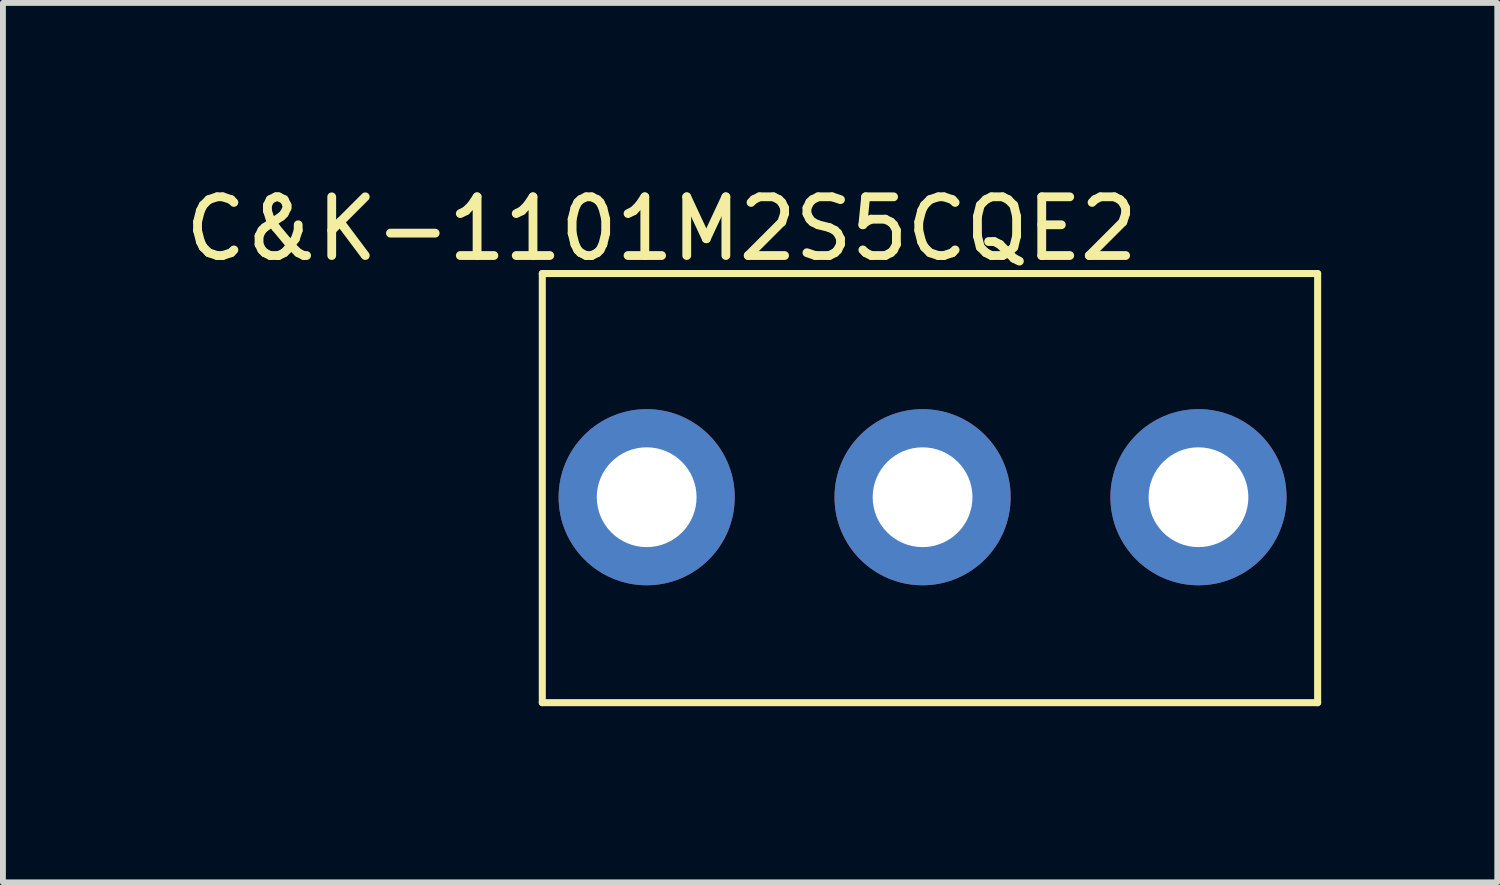
<source format=kicad_pcb>
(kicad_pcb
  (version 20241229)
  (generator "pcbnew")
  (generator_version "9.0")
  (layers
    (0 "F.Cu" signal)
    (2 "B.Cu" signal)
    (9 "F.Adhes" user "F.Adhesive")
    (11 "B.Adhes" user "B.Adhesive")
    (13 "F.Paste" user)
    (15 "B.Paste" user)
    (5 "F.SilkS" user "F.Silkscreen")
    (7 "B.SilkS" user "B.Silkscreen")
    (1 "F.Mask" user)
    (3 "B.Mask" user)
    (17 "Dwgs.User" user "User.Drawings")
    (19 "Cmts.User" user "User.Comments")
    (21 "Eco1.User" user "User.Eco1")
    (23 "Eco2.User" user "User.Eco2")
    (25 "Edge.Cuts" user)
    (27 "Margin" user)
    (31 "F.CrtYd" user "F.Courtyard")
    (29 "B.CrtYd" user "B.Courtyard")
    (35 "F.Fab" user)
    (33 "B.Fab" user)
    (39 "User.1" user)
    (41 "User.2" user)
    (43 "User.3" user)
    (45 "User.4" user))
  (footprint "C&K-1101M2S5CQE2"
    (layer "F.Cu")
    (at 7.966 5.42)
    (property "Reference" "C&K-1101M2S5CQE2" (at 0.254 -4.572 0) (layer "F.SilkS") (effects (font (size 1 1) (thickness 0.15))))
    (attr through_hole)
    (fp_line (start -1.778 -3.81) (end 11.43 -3.81) (stroke (width 0.12) (type solid)) (layer "F.SilkS"))
    (fp_line (start -1.778 3.5) (end -1.778 -3.81) (stroke (width 0.12) (type solid)) (layer "F.SilkS"))
    (fp_line (start -1.778 3.5) (end 11.43 3.5) (stroke (width 0.12) (type solid)) (layer "F.SilkS"))
    (fp_line (start 11.43 -3.81) (end 11.43 3.5) (stroke (width 0.12) (type solid)) (layer "F.SilkS"))
    (pad "1" thru_hole circle (at 0 0) (size 3 3) (drill 1.7) (layers "*.Cu" "*.Mask"))
    (pad "2" thru_hole circle (at 4.7 0) (size 3 3) (drill 1.7) (layers "*.Cu" "*.Mask"))
    (pad "3" thru_hole circle (at 9.4 0) (size 3 3) (drill 1.7) (layers "*.Cu" "*.Mask")))
  (gr_rect
    (start -3 -3)
    (end 22.456 11.98)
    (stroke (width 0.1) (type default))
    (fill no)
    (layer "Edge.Cuts")))
</source>
